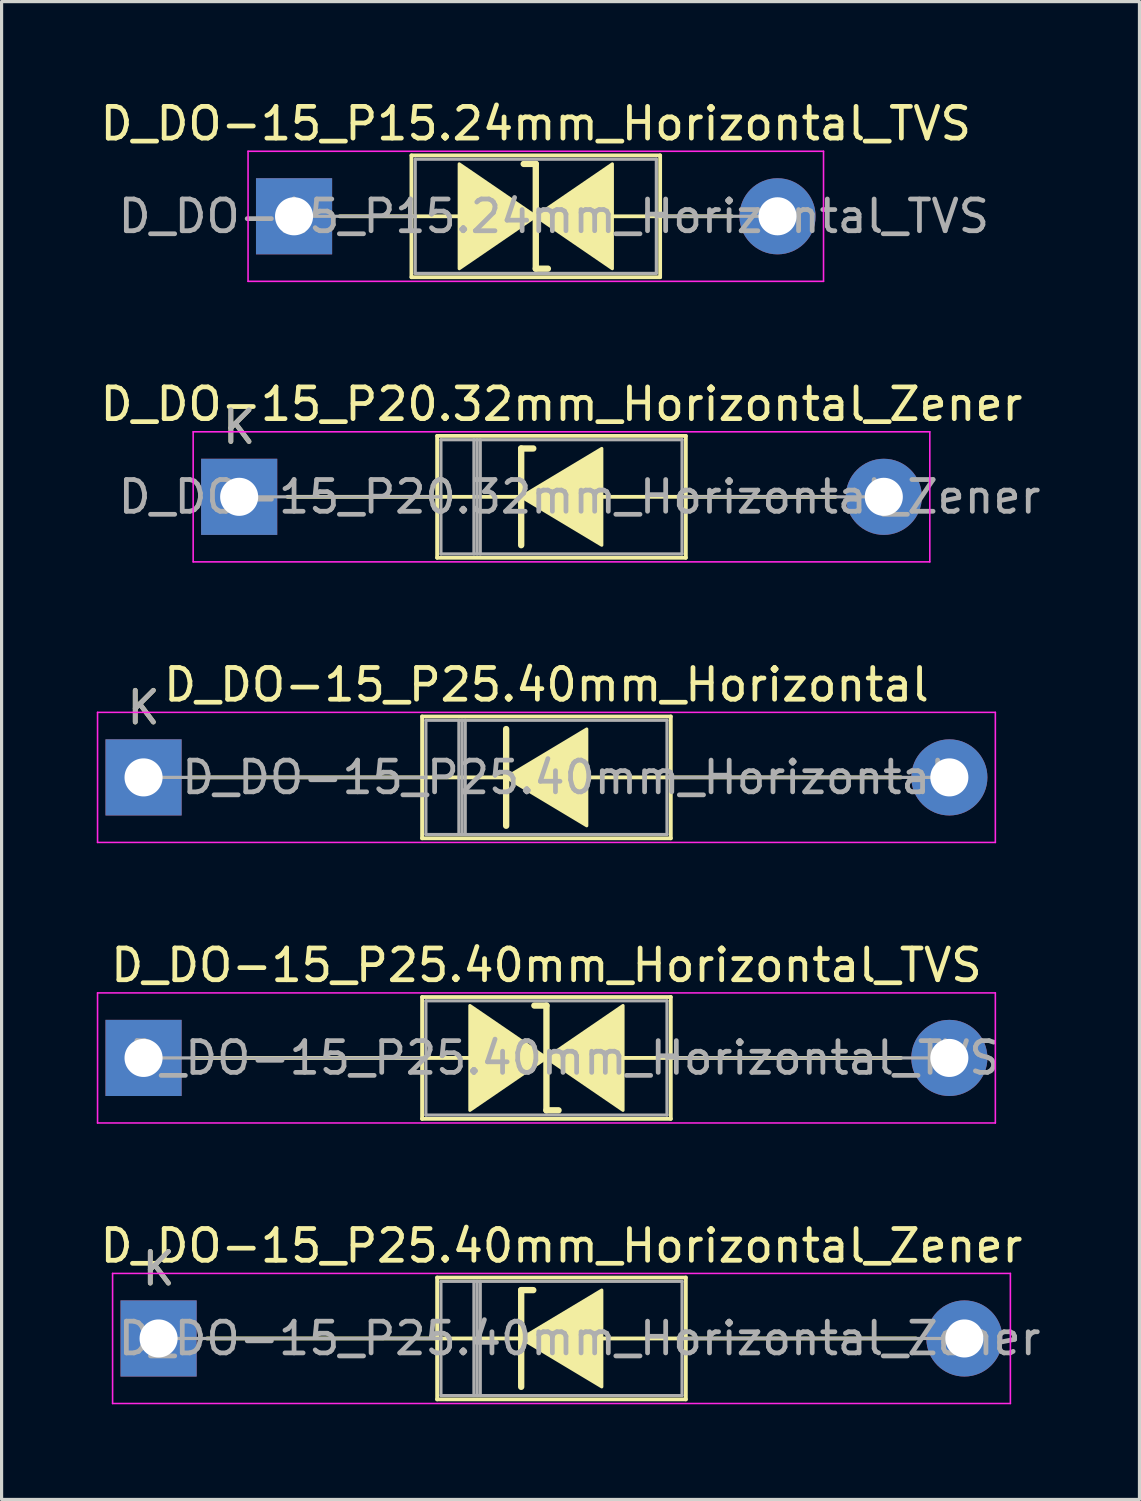
<source format=kicad_pcb>
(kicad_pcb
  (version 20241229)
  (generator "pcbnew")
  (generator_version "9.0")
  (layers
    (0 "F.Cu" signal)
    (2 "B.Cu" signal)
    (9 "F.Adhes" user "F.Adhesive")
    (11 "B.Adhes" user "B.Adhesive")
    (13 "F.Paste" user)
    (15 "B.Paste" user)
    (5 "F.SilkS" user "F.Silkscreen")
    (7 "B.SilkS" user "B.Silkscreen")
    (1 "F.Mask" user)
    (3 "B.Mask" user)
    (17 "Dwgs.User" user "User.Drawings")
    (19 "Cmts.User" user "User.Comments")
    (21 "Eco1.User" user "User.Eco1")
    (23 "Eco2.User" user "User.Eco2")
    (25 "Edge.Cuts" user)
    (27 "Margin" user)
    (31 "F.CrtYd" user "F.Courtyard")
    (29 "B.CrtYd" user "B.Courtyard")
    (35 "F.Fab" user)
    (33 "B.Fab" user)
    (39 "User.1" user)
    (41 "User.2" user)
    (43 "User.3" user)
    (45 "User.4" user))
  (footprint "D_DO-15_P25.40mm_Horizontal_Zener"
    (layer "F.Cu")
    (at 1.949 39.141)
    (property "Reference" "D_DO-15_P25.40mm_Horizontal_Zener" (at 12.7 -2.92 0) (layer "F.SilkS") (effects (font (size 1 1) (thickness 0.15))))
    (attr through_hole)
    (fp_line (start 1.524 0) (end 8.78 0) (stroke (width 0.12) (type solid)) (layer "F.SilkS"))
    (fp_line (start 8.78 -1.92) (end 8.78 1.92) (stroke (width 0.12) (type solid)) (layer "F.SilkS"))
    (fp_line (start 8.78 1.92) (end 16.62 1.92) (stroke (width 0.12) (type solid)) (layer "F.SilkS"))
    (fp_line (start 11.43 -1.524) (end 11.43 1.524) (stroke (width 0.2) (type solid)) (layer "F.SilkS"))
    (fp_line (start 11.43 -1.524) (end 11.811 -1.524) (stroke (width 0.2) (type solid)) (layer "F.SilkS"))
    (fp_line (start 11.43 0) (end 8.78 0) (stroke (width 0.12) (type solid)) (layer "F.SilkS"))
    (fp_line (start 16.62 -1.92) (end 8.78 -1.92) (stroke (width 0.12) (type solid)) (layer "F.SilkS"))
    (fp_line (start 16.62 0) (end 13.97 0) (stroke (width 0.12) (type solid)) (layer "F.SilkS"))
    (fp_line (start 16.62 1.92) (end 16.62 -1.92) (stroke (width 0.12) (type solid)) (layer "F.SilkS"))
    (fp_line (start 23.876 0) (end 16.62 0) (stroke (width 0.12) (type solid)) (layer "F.SilkS"))
    (fp_poly (pts (xy 13.97 1.524) (xy 11.43 0) (xy 13.97 -1.524)) (stroke (width 0.1) (type solid)) (fill yes) (layer "F.SilkS"))
    (fp_line (start -1.45 -2.05) (end -1.45 2.05) (stroke (width 0.05) (type solid)) (layer "F.CrtYd"))
    (fp_line (start -1.45 2.05) (end 26.85 2.05) (stroke (width 0.05) (type solid)) (layer "F.CrtYd"))
    (fp_line (start 26.85 -2.05) (end -1.45 -2.05) (stroke (width 0.05) (type solid)) (layer "F.CrtYd"))
    (fp_line (start 26.85 2.05) (end 26.85 -2.05) (stroke (width 0.05) (type solid)) (layer "F.CrtYd"))
    (fp_line (start 0 0) (end 8.9 0) (stroke (width 0.1) (type solid)) (layer "F.Fab"))
    (fp_line (start 8.9 -1.8) (end 8.9 1.8) (stroke (width 0.1) (type solid)) (layer "F.Fab"))
    (fp_line (start 8.9 1.8) (end 16.5 1.8) (stroke (width 0.1) (type solid)) (layer "F.Fab"))
    (fp_line (start 9.94 -1.8) (end 9.94 1.8) (stroke (width 0.1) (type solid)) (layer "F.Fab"))
    (fp_line (start 10.04 -1.8) (end 10.04 1.8) (stroke (width 0.1) (type solid)) (layer "F.Fab"))
    (fp_line (start 10.14 -1.8) (end 10.14 1.8) (stroke (width 0.1) (type solid)) (layer "F.Fab"))
    (fp_line (start 16.5 -1.8) (end 8.9 -1.8) (stroke (width 0.1) (type solid)) (layer "F.Fab"))
    (fp_line (start 16.5 1.8) (end 16.5 -1.8) (stroke (width 0.1) (type solid)) (layer "F.Fab"))
    (fp_line (start 25.4 0) (end 16.5 0) (stroke (width 0.1) (type solid)) (layer "F.Fab"))
    (fp_text user "K" (at 0 -2.2 0) (layer "F.SilkS") (effects (font (size 1 1) (thickness 0.15))))
    (fp_text user "K" (at 0 -2.2 0) (layer "F.Fab") (effects (font (size 1 1) (thickness 0.15))))
    (fp_text user "${REFERENCE}" (at 13.27 0 0) (layer "F.Fab") (effects (font (size 1 1) (thickness 0.15))))
    (pad "1" thru_hole rect (at 0 0) (size 2.4 2.4) (drill 1.2) (layers "*.Cu" "*.Mask"))
    (pad "2" thru_hole oval (at 25.4 0) (size 2.4 2.4) (drill 1.2) (layers "*.Cu" "*.Mask")))
  (footprint "D_DO-15_P25.40mm_Horizontal"
    (layer "F.Cu")
    (at 1.475 21.455)
    (property "Reference" "D_DO-15_P25.40mm_Horizontal" (at 12.7 -2.92 0) (layer "F.SilkS") (effects (font (size 1 1) (thickness 0.15))))
    (attr through_hole)
    (fp_line (start 1.524 0) (end 8.78 0) (stroke (width 0.12) (type solid)) (layer "F.SilkS"))
    (fp_line (start 8.78 -1.92) (end 8.78 1.92) (stroke (width 0.12) (type solid)) (layer "F.SilkS"))
    (fp_line (start 8.78 1.92) (end 16.62 1.92) (stroke (width 0.12) (type solid)) (layer "F.SilkS"))
    (fp_line (start 11.43 -1.524) (end 11.43 1.524) (stroke (width 0.2) (type solid)) (layer "F.SilkS"))
    (fp_line (start 11.43 0) (end 8.78 0) (stroke (width 0.12) (type solid)) (layer "F.SilkS"))
    (fp_line (start 16.62 -1.92) (end 8.78 -1.92) (stroke (width 0.12) (type solid)) (layer "F.SilkS"))
    (fp_line (start 16.62 0) (end 13.97 0) (stroke (width 0.12) (type solid)) (layer "F.SilkS"))
    (fp_line (start 16.62 1.92) (end 16.62 -1.92) (stroke (width 0.12) (type solid)) (layer "F.SilkS"))
    (fp_line (start 23.876 0) (end 16.62 0) (stroke (width 0.12) (type solid)) (layer "F.SilkS"))
    (fp_poly (pts (xy 13.97 1.524) (xy 11.43 0) (xy 13.97 -1.524)) (stroke (width 0.1) (type solid)) (fill yes) (layer "F.SilkS"))
    (fp_line (start -1.45 -2.05) (end -1.45 2.05) (stroke (width 0.05) (type solid)) (layer "F.CrtYd"))
    (fp_line (start -1.45 2.05) (end 26.85 2.05) (stroke (width 0.05) (type solid)) (layer "F.CrtYd"))
    (fp_line (start 26.85 -2.05) (end -1.45 -2.05) (stroke (width 0.05) (type solid)) (layer "F.CrtYd"))
    (fp_line (start 26.85 2.05) (end 26.85 -2.05) (stroke (width 0.05) (type solid)) (layer "F.CrtYd"))
    (fp_line (start 0 0) (end 8.9 0) (stroke (width 0.1) (type solid)) (layer "F.Fab"))
    (fp_line (start 8.9 -1.8) (end 8.9 1.8) (stroke (width 0.1) (type solid)) (layer "F.Fab"))
    (fp_line (start 8.9 1.8) (end 16.5 1.8) (stroke (width 0.1) (type solid)) (layer "F.Fab"))
    (fp_line (start 9.94 -1.8) (end 9.94 1.8) (stroke (width 0.1) (type solid)) (layer "F.Fab"))
    (fp_line (start 10.04 -1.8) (end 10.04 1.8) (stroke (width 0.1) (type solid)) (layer "F.Fab"))
    (fp_line (start 10.14 -1.8) (end 10.14 1.8) (stroke (width 0.1) (type solid)) (layer "F.Fab"))
    (fp_line (start 16.5 -1.8) (end 8.9 -1.8) (stroke (width 0.1) (type solid)) (layer "F.Fab"))
    (fp_line (start 16.5 1.8) (end 16.5 -1.8) (stroke (width 0.1) (type solid)) (layer "F.Fab"))
    (fp_line (start 25.4 0) (end 16.5 0) (stroke (width 0.1) (type solid)) (layer "F.Fab"))
    (fp_text user "K" (at 0 -2.2 0) (layer "F.SilkS") (effects (font (size 1 1) (thickness 0.15))))
    (fp_text user "K" (at 0 -2.2 0) (layer "F.Fab") (effects (font (size 1 1) (thickness 0.15))))
    (fp_text user "${REFERENCE}" (at 13.27 0 0) (layer "F.Fab") (effects (font (size 1 1) (thickness 0.15))))
    (pad "1" thru_hole rect (at 0 0) (size 2.4 2.4) (drill 1.2) (layers "*.Cu" "*.Mask"))
    (pad "2" thru_hole oval (at 25.4 0) (size 2.4 2.4) (drill 1.2) (layers "*.Cu" "*.Mask")))
  (footprint "D_DO-15_P20.32mm_Horizontal_Zener"
    (layer "F.Cu")
    (at 4.489 12.611)
    (property "Reference" "D_DO-15_P20.32mm_Horizontal_Zener" (at 10.16 -2.92 0) (layer "F.SilkS") (effects (font (size 1 1) (thickness 0.15))))
    (attr through_hole)
    (fp_line (start 1.524 0) (end 6.24 0) (stroke (width 0.12) (type solid)) (layer "F.SilkS"))
    (fp_line (start 6.24 -1.92) (end 6.24 1.92) (stroke (width 0.12) (type solid)) (layer "F.SilkS"))
    (fp_line (start 6.24 1.92) (end 14.08 1.92) (stroke (width 0.12) (type solid)) (layer "F.SilkS"))
    (fp_line (start 8.89 -1.524) (end 8.89 1.524) (stroke (width 0.2) (type solid)) (layer "F.SilkS"))
    (fp_line (start 8.89 -1.524) (end 9.271 -1.524) (stroke (width 0.2) (type solid)) (layer "F.SilkS"))
    (fp_line (start 8.89 0) (end 6.24 0) (stroke (width 0.12) (type solid)) (layer "F.SilkS"))
    (fp_line (start 14.08 -1.92) (end 6.24 -1.92) (stroke (width 0.12) (type solid)) (layer "F.SilkS"))
    (fp_line (start 14.08 0) (end 11.43 0) (stroke (width 0.12) (type solid)) (layer "F.SilkS"))
    (fp_line (start 14.08 1.92) (end 14.08 -1.92) (stroke (width 0.12) (type solid)) (layer "F.SilkS"))
    (fp_line (start 18.796 0) (end 14.08 0) (stroke (width 0.12) (type solid)) (layer "F.SilkS"))
    (fp_poly (pts (xy 11.43 1.524) (xy 8.89 0) (xy 11.43 -1.524)) (stroke (width 0.1) (type solid)) (fill yes) (layer "F.SilkS"))
    (fp_line (start -1.45 -2.05) (end -1.45 2.05) (stroke (width 0.05) (type solid)) (layer "F.CrtYd"))
    (fp_line (start -1.45 2.05) (end 21.77 2.05) (stroke (width 0.05) (type solid)) (layer "F.CrtYd"))
    (fp_line (start 21.77 -2.05) (end -1.45 -2.05) (stroke (width 0.05) (type solid)) (layer "F.CrtYd"))
    (fp_line (start 21.77 2.05) (end 21.77 -2.05) (stroke (width 0.05) (type solid)) (layer "F.CrtYd"))
    (fp_line (start 0 0) (end 6.36 0) (stroke (width 0.1) (type solid)) (layer "F.Fab"))
    (fp_line (start 6.36 -1.8) (end 6.36 1.8) (stroke (width 0.1) (type solid)) (layer "F.Fab"))
    (fp_line (start 6.36 1.8) (end 13.96 1.8) (stroke (width 0.1) (type solid)) (layer "F.Fab"))
    (fp_line (start 7.4 -1.8) (end 7.4 1.8) (stroke (width 0.1) (type solid)) (layer "F.Fab"))
    (fp_line (start 7.5 -1.8) (end 7.5 1.8) (stroke (width 0.1) (type solid)) (layer "F.Fab"))
    (fp_line (start 7.6 -1.8) (end 7.6 1.8) (stroke (width 0.1) (type solid)) (layer "F.Fab"))
    (fp_line (start 13.96 -1.8) (end 6.36 -1.8) (stroke (width 0.1) (type solid)) (layer "F.Fab"))
    (fp_line (start 13.96 1.8) (end 13.96 -1.8) (stroke (width 0.1) (type solid)) (layer "F.Fab"))
    (fp_line (start 20.32 0) (end 13.96 0) (stroke (width 0.1) (type solid)) (layer "F.Fab"))
    (fp_text user "K" (at 0 -2.2 0) (layer "F.SilkS") (effects (font (size 1 1) (thickness 0.15))))
    (fp_text user "K" (at 0 -2.2 0) (layer "F.Fab") (effects (font (size 1 1) (thickness 0.15))))
    (fp_text user "${REFERENCE}" (at 10.73 0 0) (layer "F.Fab") (effects (font (size 1 1) (thickness 0.15))))
    (pad "1" thru_hole rect (at 0 0) (size 2.4 2.4) (drill 1.2) (layers "*.Cu" "*.Mask"))
    (pad "2" thru_hole oval (at 20.32 0) (size 2.4 2.4) (drill 1.2) (layers "*.Cu" "*.Mask")))
  (footprint "D_DO-15_P15.24mm_Horizontal_TVS"
    (layer "F.Cu")
    (at 6.219 3.768)
    (property "Reference" "D_DO-15_P15.24mm_Horizontal_TVS" (at 7.62 -2.92 0) (layer "F.SilkS") (effects (font (size 1 1) (thickness 0.15))))
    (attr through_hole)
    (fp_line (start 1.44 0) (end 3.7 0) (stroke (width 0.12) (type solid)) (layer "F.SilkS"))
    (fp_line (start 3.683 0) (end 5.207 0) (stroke (width 0.12) (type solid)) (layer "F.SilkS"))
    (fp_line (start 3.7 -1.92) (end 3.7 1.92) (stroke (width 0.12) (type solid)) (layer "F.SilkS"))
    (fp_line (start 3.7 1.92) (end 11.54 1.92) (stroke (width 0.12) (type solid)) (layer "F.SilkS"))
    (fp_line (start 7.62 -1.651) (end 7.239 -1.651) (stroke (width 0.2) (type solid)) (layer "F.SilkS"))
    (fp_line (start 7.62 1.651) (end 7.62 -1.651) (stroke (width 0.2) (type solid)) (layer "F.SilkS"))
    (fp_line (start 8.001 1.651) (end 7.62 1.651) (stroke (width 0.2) (type solid)) (layer "F.SilkS"))
    (fp_line (start 11.54 -1.92) (end 3.7 -1.92) (stroke (width 0.12) (type solid)) (layer "F.SilkS"))
    (fp_line (start 11.54 1.92) (end 11.54 -1.92) (stroke (width 0.12) (type solid)) (layer "F.SilkS"))
    (fp_line (start 11.557 0) (end 10.033 0) (stroke (width 0.12) (type solid)) (layer "F.SilkS"))
    (fp_line (start 13.8 0) (end 11.54 0) (stroke (width 0.12) (type solid)) (layer "F.SilkS"))
    (fp_poly (pts (xy 7.62 0) (xy 5.207 1.651) (xy 5.207 -1.651)) (stroke (width 0.1) (type solid)) (fill yes) (layer "F.SilkS"))
    (fp_poly (pts (xy 7.62 0) (xy 10.033 -1.651) (xy 10.033 1.651)) (stroke (width 0.1) (type solid)) (fill yes) (layer "F.SilkS"))
    (fp_line (start -1.45 -2.05) (end -1.45 2.05) (stroke (width 0.05) (type solid)) (layer "F.CrtYd"))
    (fp_line (start -1.45 2.05) (end 16.69 2.05) (stroke (width 0.05) (type solid)) (layer "F.CrtYd"))
    (fp_line (start 16.69 -2.05) (end -1.45 -2.05) (stroke (width 0.05) (type solid)) (layer "F.CrtYd"))
    (fp_line (start 16.69 2.05) (end 16.69 -2.05) (stroke (width 0.05) (type solid)) (layer "F.CrtYd"))
    (fp_line (start 0 0) (end 3.82 0) (stroke (width 0.1) (type solid)) (layer "F.Fab"))
    (fp_line (start 3.82 -1.8) (end 3.82 1.8) (stroke (width 0.1) (type solid)) (layer "F.Fab"))
    (fp_line (start 3.82 1.8) (end 11.42 1.8) (stroke (width 0.1) (type solid)) (layer "F.Fab"))
    (fp_line (start 11.42 -1.8) (end 3.82 -1.8) (stroke (width 0.1) (type solid)) (layer "F.Fab"))
    (fp_line (start 11.42 1.8) (end 11.42 -1.8) (stroke (width 0.1) (type solid)) (layer "F.Fab"))
    (fp_line (start 15.24 0) (end 11.42 0) (stroke (width 0.1) (type solid)) (layer "F.Fab"))
    (fp_text user "${REFERENCE}" (at 8.19 0 0) (layer "F.Fab") (effects (font (size 1 1) (thickness 0.15))))
    (pad "1" thru_hole rect (at 0 0) (size 2.4 2.4) (drill 1.2) (layers "*.Cu" "*.Mask"))
    (pad "2" thru_hole oval (at 15.24 0) (size 2.4 2.4) (drill 1.2) (layers "*.Cu" "*.Mask")))
  (footprint "D_DO-15_P25.40mm_Horizontal_TVS"
    (layer "F.Cu")
    (at 1.475 30.298)
    (property "Reference" "D_DO-15_P25.40mm_Horizontal_TVS" (at 12.7 -2.92 0) (layer "F.SilkS") (effects (font (size 1 1) (thickness 0.15))))
    (attr through_hole)
    (fp_line (start 1.524 0) (end 8.78 0) (stroke (width 0.12) (type solid)) (layer "F.SilkS"))
    (fp_line (start 8.78 -1.92) (end 8.78 1.92) (stroke (width 0.12) (type solid)) (layer "F.SilkS"))
    (fp_line (start 8.78 0) (end 10.287 0) (stroke (width 0.12) (type solid)) (layer "F.SilkS"))
    (fp_line (start 8.78 1.92) (end 16.62 1.92) (stroke (width 0.12) (type solid)) (layer "F.SilkS"))
    (fp_line (start 12.7 -1.651) (end 12.319 -1.651) (stroke (width 0.2) (type solid)) (layer "F.SilkS"))
    (fp_line (start 12.7 1.651) (end 12.7 -1.651) (stroke (width 0.2) (type solid)) (layer "F.SilkS"))
    (fp_line (start 13.081 1.651) (end 12.7 1.651) (stroke (width 0.2) (type solid)) (layer "F.SilkS"))
    (fp_line (start 16.62 -1.92) (end 8.78 -1.92) (stroke (width 0.12) (type solid)) (layer "F.SilkS"))
    (fp_line (start 16.62 1.92) (end 16.62 -1.92) (stroke (width 0.12) (type solid)) (layer "F.SilkS"))
    (fp_line (start 16.637 0) (end 15.113 0) (stroke (width 0.12) (type solid)) (layer "F.SilkS"))
    (fp_line (start 23.876 0) (end 16.62 0) (stroke (width 0.12) (type solid)) (layer "F.SilkS"))
    (fp_poly (pts (xy 12.7 0) (xy 10.287 1.651) (xy 10.287 -1.651)) (stroke (width 0.1) (type solid)) (fill yes) (layer "F.SilkS"))
    (fp_poly (pts (xy 12.7 0) (xy 15.113 -1.651) (xy 15.113 1.651)) (stroke (width 0.1) (type solid)) (fill yes) (layer "F.SilkS"))
    (fp_line (start -1.45 -2.05) (end -1.45 2.05) (stroke (width 0.05) (type solid)) (layer "F.CrtYd"))
    (fp_line (start -1.45 2.05) (end 26.85 2.05) (stroke (width 0.05) (type solid)) (layer "F.CrtYd"))
    (fp_line (start 26.85 -2.05) (end -1.45 -2.05) (stroke (width 0.05) (type solid)) (layer "F.CrtYd"))
    (fp_line (start 26.85 2.05) (end 26.85 -2.05) (stroke (width 0.05) (type solid)) (layer "F.CrtYd"))
    (fp_line (start 0 0) (end 8.9 0) (stroke (width 0.1) (type solid)) (layer "F.Fab"))
    (fp_line (start 8.9 -1.8) (end 8.9 1.8) (stroke (width 0.1) (type solid)) (layer "F.Fab"))
    (fp_line (start 8.9 1.8) (end 16.5 1.8) (stroke (width 0.1) (type solid)) (layer "F.Fab"))
    (fp_line (start 16.5 -1.8) (end 8.9 -1.8) (stroke (width 0.1) (type solid)) (layer "F.Fab"))
    (fp_line (start 16.5 1.8) (end 16.5 -1.8) (stroke (width 0.1) (type solid)) (layer "F.Fab"))
    (fp_line (start 25.4 0) (end 16.5 0) (stroke (width 0.1) (type solid)) (layer "F.Fab"))
    (fp_text user "${REFERENCE}" (at 13.27 0 0) (layer "F.Fab") (effects (font (size 1 1) (thickness 0.15))))
    (pad "1" thru_hole rect (at 0 0) (size 2.4 2.4) (drill 1.2) (layers "*.Cu" "*.Mask"))
    (pad "2" thru_hole oval (at 25.4 0) (size 2.4 2.4) (drill 1.2) (layers "*.Cu" "*.Mask")))
  (gr_rect
    (start -3 -3)
    (end 32.868 44.216)
    (stroke (width 0.1) (type default))
    (fill no)
    (layer "Edge.Cuts")))
</source>
